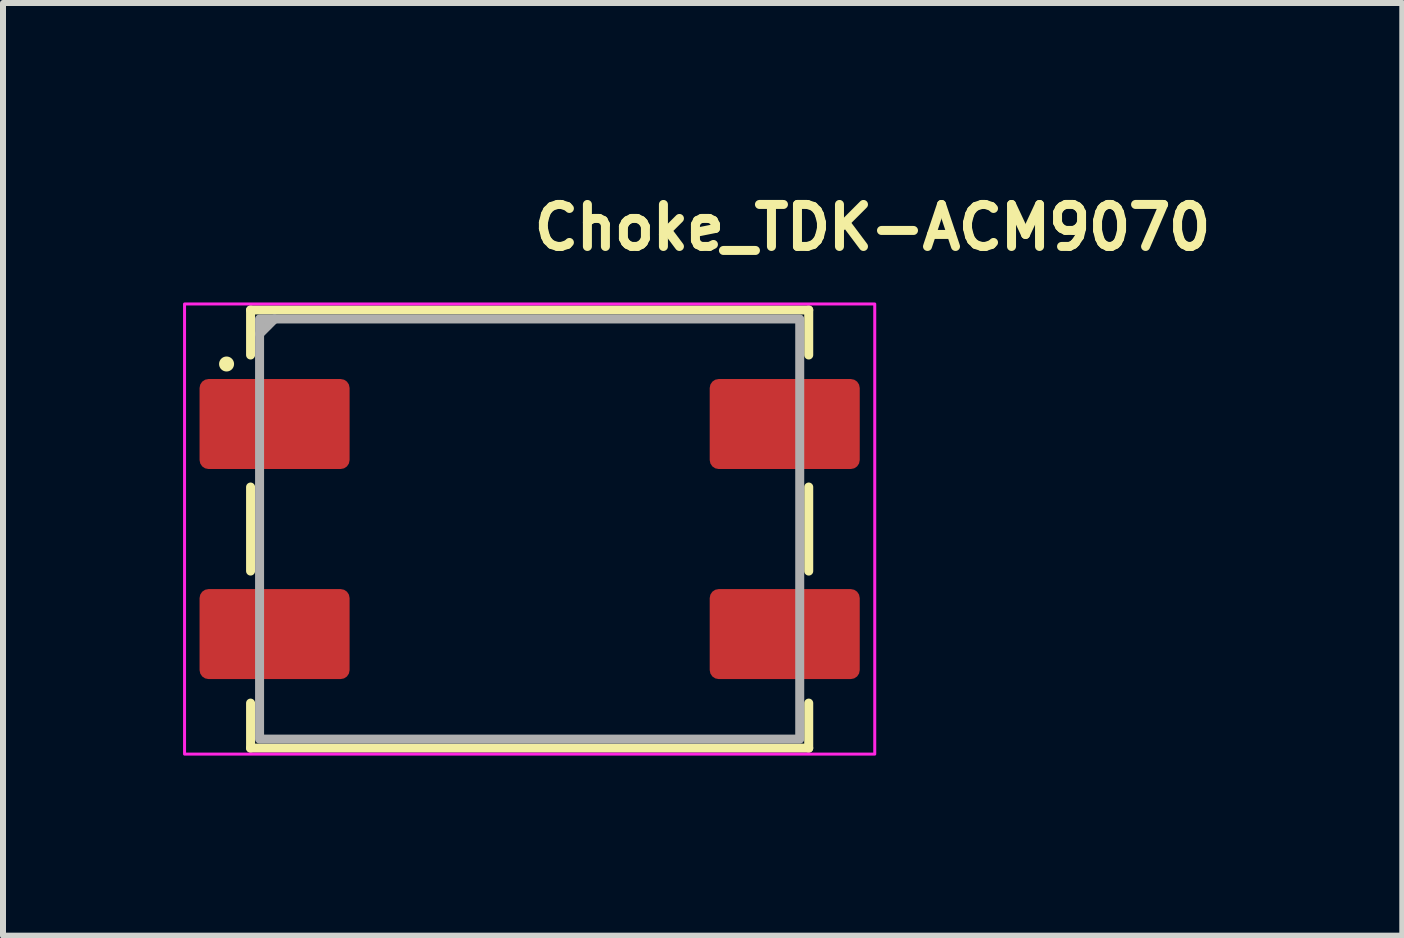
<source format=kicad_pcb>
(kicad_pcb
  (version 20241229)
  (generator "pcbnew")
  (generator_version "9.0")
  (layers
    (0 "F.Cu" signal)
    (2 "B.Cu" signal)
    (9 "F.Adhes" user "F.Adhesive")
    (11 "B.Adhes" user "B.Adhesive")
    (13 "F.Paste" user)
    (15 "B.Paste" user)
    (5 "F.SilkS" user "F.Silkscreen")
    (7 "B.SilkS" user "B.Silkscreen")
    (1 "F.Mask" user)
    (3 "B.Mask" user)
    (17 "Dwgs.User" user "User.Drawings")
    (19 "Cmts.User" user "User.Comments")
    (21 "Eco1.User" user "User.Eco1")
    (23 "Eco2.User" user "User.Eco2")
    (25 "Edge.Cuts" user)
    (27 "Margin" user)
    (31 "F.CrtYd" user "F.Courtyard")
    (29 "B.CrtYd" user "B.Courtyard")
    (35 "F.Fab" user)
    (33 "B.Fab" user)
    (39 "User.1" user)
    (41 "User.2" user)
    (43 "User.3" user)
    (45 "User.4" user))
  (footprint "Choke_TDK-ACM9070"
    (layer "F.Cu")
    (at 5.775 5.765)
    (property "Reference" "Choke_TDK-ACM9070" (at -0.003 -4.615 0) (layer "F.SilkS") (effects (font (size 0.7 0.7) (thickness 0.15)) (justify left bottom)))
    (attr smd)
    (fp_line (start -4.65 -3.65) (end -4.65 -2.9) (stroke (width 0.15) (type solid)) (layer "F.SilkS"))
    (fp_line (start -4.65 -0.7) (end -4.65 0.7) (stroke (width 0.15) (type solid)) (layer "F.SilkS"))
    (fp_line (start -4.65 2.9) (end -4.65 3.65) (stroke (width 0.15) (type solid)) (layer "F.SilkS"))
    (fp_line (start -4.65 3.65) (end 4.65 3.65) (stroke (width 0.15) (type solid)) (layer "F.SilkS"))
    (fp_line (start 4.65 -3.65) (end -4.65 -3.65) (stroke (width 0.15) (type solid)) (layer "F.SilkS"))
    (fp_line (start 4.65 -2.9) (end 4.65 -3.65) (stroke (width 0.15) (type solid)) (layer "F.SilkS"))
    (fp_line (start 4.65 0.7) (end 4.65 -0.7) (stroke (width 0.15) (type solid)) (layer "F.SilkS"))
    (fp_line (start 4.65 3.65) (end 4.65 2.9) (stroke (width 0.15) (type solid)) (layer "F.SilkS"))
    (fp_circle (center -5.05 -2.75) (end -5 -2.75) (stroke (width 0.15) (type solid)) (fill yes) (layer "F.SilkS"))
    (fp_rect (start -5.75 -3.75) (end 5.75 3.75) (stroke (width 0.05) (type solid)) (fill no) (layer "F.CrtYd"))
    (fp_line (start -4.5 -3.25) (end -4.25 -3.5) (stroke (width 0.15) (type solid)) (layer "F.Fab"))
    (fp_rect (start -4.5 -3.5) (end 4.5 3.5) (stroke (width 0.15) (type solid)) (fill no) (layer "F.Fab"))
    (fp_rect (start -4.5 -3.5) (end 4.5 3.5) (stroke (width 0.1) (type solid)) (fill no) (layer "User.5"))
    (fp_line (start -4.5 -3.5) (end -4.5 3.5) (stroke (width 0.02) (type solid)) (layer "User.9"))
    (fp_line (start -2.75 -3.5) (end -4.5 -3.5) (stroke (width 0.02) (type solid)) (layer "User.9"))
    (fp_line (start -2.75 -3.05) (end -2.75 -3.5) (stroke (width 0.02) (type solid)) (layer "User.9"))
    (fp_line (start -2.75 3.049) (end 2.75 3.049) (stroke (width 0.02) (type solid)) (layer "User.9"))
    (fp_line (start -2.75 3.05) (end 2.75 3.05) (stroke (width 0.02) (type solid)) (layer "User.9"))
    (fp_line (start -2.75 3.5) (end -4.5 3.5) (stroke (width 0.02) (type solid)) (layer "User.9"))
    (fp_line (start -2.75 3.5) (end -2.75 3.05) (stroke (width 0.02) (type solid)) (layer "User.9"))
    (fp_line (start 2.75 -3.5) (end 2.75 -3.05) (stroke (width 0.02) (type solid)) (layer "User.9"))
    (fp_line (start 2.75 -3.5) (end 4.5 -3.5) (stroke (width 0.02) (type solid)) (layer "User.9"))
    (fp_line (start 2.75 -3.05) (end -2.75 -3.05) (stroke (width 0.02) (type solid)) (layer "User.9"))
    (fp_line (start 2.75 -3.049) (end -2.75 -3.049) (stroke (width 0.02) (type solid)) (layer "User.9"))
    (fp_line (start 2.75 3.05) (end 2.75 3.5) (stroke (width 0.02) (type solid)) (layer "User.9"))
    (fp_line (start 2.75 3.5) (end 4.5 3.5) (stroke (width 0.02) (type solid)) (layer "User.9"))
    (fp_line (start 4.5 3.5) (end 4.5 -3.5) (stroke (width 0.02) (type solid)) (layer "User.9"))
    (pad "1" smd roundrect (at -4.25 -1.75) (size 2.5 1.5) (layers "F.Cu" "F.Mask" "F.Paste") (roundrect_rratio 0.1))
    (pad "2" smd roundrect (at -4.25 1.75) (size 2.5 1.5) (layers "F.Cu" "F.Mask" "F.Paste") (roundrect_rratio 0.1))
    (pad "3" smd roundrect (at 4.25 1.75) (size 2.5 1.5) (layers "F.Cu" "F.Mask" "F.Paste") (roundrect_rratio 0.1))
    (pad "4" smd roundrect (at 4.25 -1.75) (size 2.5 1.5) (layers "F.Cu" "F.Mask" "F.Paste") (roundrect_rratio 0.1)))
  (gr_rect
    (start -3 -3)
    (end 20.315 12.54)
    (stroke (width 0.1) (type default))
    (fill no)
    (layer "Edge.Cuts")))
</source>
